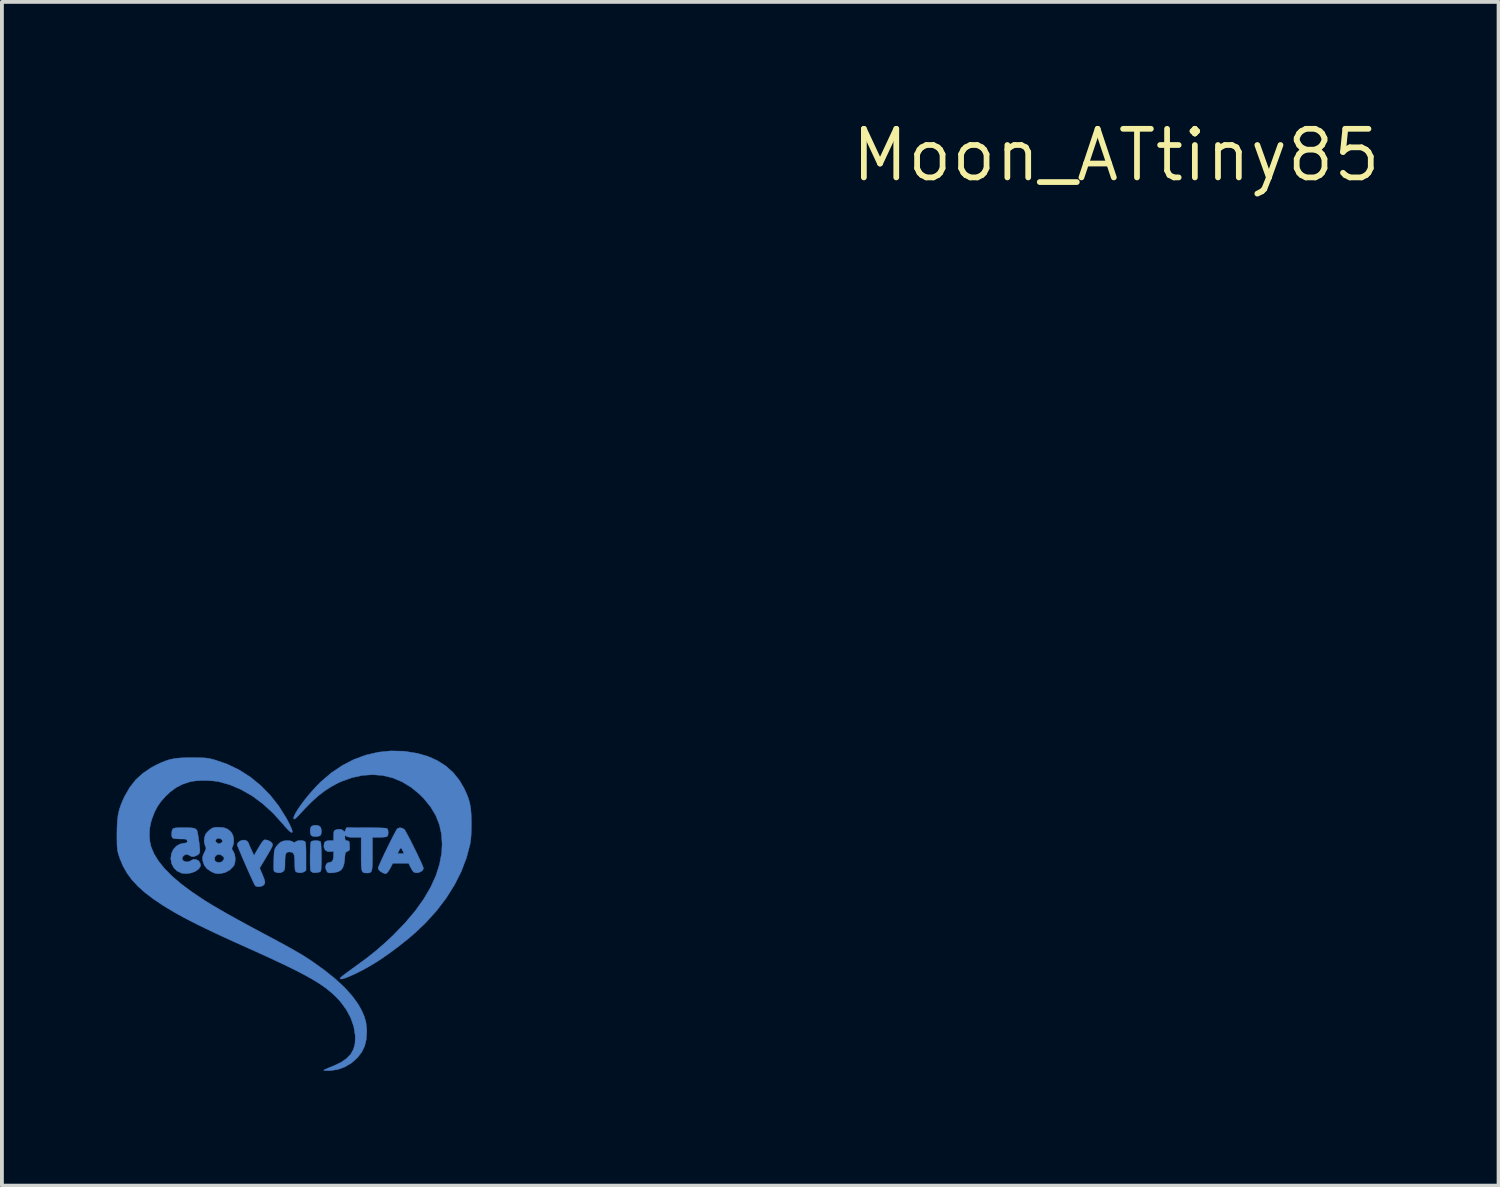
<source format=kicad_pcb>
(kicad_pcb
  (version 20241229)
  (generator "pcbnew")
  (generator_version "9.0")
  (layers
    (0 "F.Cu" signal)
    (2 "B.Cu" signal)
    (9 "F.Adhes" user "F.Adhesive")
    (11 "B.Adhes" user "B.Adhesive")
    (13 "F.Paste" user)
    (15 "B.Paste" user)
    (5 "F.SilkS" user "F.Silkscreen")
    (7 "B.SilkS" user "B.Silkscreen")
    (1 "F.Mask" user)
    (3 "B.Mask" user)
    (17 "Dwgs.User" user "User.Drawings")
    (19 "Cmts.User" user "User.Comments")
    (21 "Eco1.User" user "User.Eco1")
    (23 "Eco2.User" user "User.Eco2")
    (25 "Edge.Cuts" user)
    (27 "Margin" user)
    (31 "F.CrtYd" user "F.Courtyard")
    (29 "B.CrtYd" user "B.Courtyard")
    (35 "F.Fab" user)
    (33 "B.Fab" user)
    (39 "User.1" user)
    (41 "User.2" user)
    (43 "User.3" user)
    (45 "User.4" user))
  (footprint "Moon_ATtiny85"
    (layer "F.Cu")
    (at 26.113 1.006)
    (property "Reference" "Moon_ATtiny85" (at 0 0 0) (layer "F.SilkS") (effects (font (size 1.27 1.27) (thickness 0.15))))
    (attr through_hole)
    (fp_poly (pts (xy -20.834 17.517) (xy -20.787 17.556) (xy -20.766 17.626) (xy -20.765 17.661) (xy -20.772 17.735) (xy -20.798 17.778) (xy -20.852 17.798) (xy -20.916 17.801) (xy -20.984 17.797) (xy -21.023 17.78) (xy -21.039 17.76) (xy -21.057 17.698) (xy -21.059 17.626) (xy -21.044 17.563) (xy -21.028 17.538) (xy -20.984 17.515) (xy -20.921 17.505) (xy -20.913 17.505) (xy -20.834 17.517)) (stroke (width 0.01) (type solid)) (fill yes) (layer "B.Cu"))
    (fp_poly (pts (xy -20.848 17.912) (xy -20.801 17.925) (xy -20.79 17.932) (xy -20.781 17.961) (xy -20.775 18.024) (xy -20.769 18.112) (xy -20.766 18.216) (xy -20.764 18.328) (xy -20.764 18.44) (xy -20.767 18.543) (xy -20.771 18.628) (xy -20.777 18.686) (xy -20.783 18.708) (xy -20.815 18.728) (xy -20.872 18.742) (xy -20.936 18.748) (xy -20.989 18.742) (xy -20.997 18.739) (xy -21.035 18.714) (xy -21.045 18.703) (xy -21.052 18.671) (xy -21.057 18.606) (xy -21.06 18.517) (xy -21.061 18.412) (xy -21.061 18.3) (xy -21.058 18.189) (xy -21.054 18.088) (xy -21.049 18.006) (xy -21.042 17.951) (xy -21.035 17.932) (xy -21 17.917) (xy -20.941 17.908) (xy -20.913 17.907) (xy -20.848 17.912)) (stroke (width 0.01) (type solid)) (fill yes) (layer "B.Cu"))
    (fp_poly (pts (xy -22.165 17.898) (xy -22.1 17.93) (xy -22.055 17.972) (xy -22.045 17.991) (xy -22.041 18.009) (xy -22.041 18.029) (xy -22.049 18.056) (xy -22.067 18.095) (xy -22.098 18.152) (xy -22.144 18.232) (xy -22.209 18.342) (xy -22.23 18.378) (xy -22.378 18.626) (xy -22.301 18.806) (xy -22.261 18.907) (xy -22.242 18.979) (xy -22.245 19.029) (xy -22.27 19.066) (xy -22.309 19.092) (xy -22.366 19.11) (xy -22.429 19.112) (xy -22.48 19.098) (xy -22.495 19.087) (xy -22.511 19.057) (xy -22.542 18.996) (xy -22.582 18.908) (xy -22.631 18.802) (xy -22.684 18.683) (xy -22.74 18.557) (xy -22.795 18.431) (xy -22.847 18.311) (xy -22.892 18.203) (xy -22.929 18.114) (xy -22.955 18.049) (xy -22.966 18.016) (xy -22.966 18.014) (xy -22.947 17.963) (xy -22.899 17.922) (xy -22.836 17.897) (xy -22.771 17.893) (xy -22.716 17.914) (xy -22.711 17.918) (xy -22.68 17.951) (xy -22.669 17.971) (xy -22.661 17.996) (xy -22.639 18.049) (xy -22.607 18.12) (xy -22.598 18.14) (xy -22.527 18.295) (xy -22.406 18.09) (xy -22.351 17.999) (xy -22.31 17.939) (xy -22.279 17.904) (xy -22.253 17.888) (xy -22.233 17.886) (xy -22.165 17.898)) (stroke (width 0.01) (type solid)) (fill yes) (layer "B.Cu"))
    (fp_poly (pts (xy -18.646 17.584) (xy -18.598 17.616) (xy -18.576 17.646) (xy -18.541 17.708) (xy -18.494 17.795) (xy -18.439 17.9) (xy -18.38 18.017) (xy -18.319 18.141) (xy -18.259 18.263) (xy -18.205 18.378) (xy -18.158 18.48) (xy -18.123 18.561) (xy -18.102 18.616) (xy -18.098 18.634) (xy -18.116 18.678) (xy -18.164 18.717) (xy -18.227 18.744) (xy -18.287 18.749) (xy -18.33 18.742) (xy -18.362 18.723) (xy -18.392 18.683) (xy -18.426 18.621) (xy -18.489 18.5) (xy -18.695 18.5) (xy -18.901 18.5) (xy -18.964 18.624) (xy -19.01 18.703) (xy -19.054 18.755) (xy -19.091 18.775) (xy -19.099 18.773) (xy -19.119 18.766) (xy -19.155 18.751) (xy -19.226 18.712) (xy -19.271 18.663) (xy -19.283 18.625) (xy -19.274 18.594) (xy -19.248 18.532) (xy -19.21 18.444) (xy -19.161 18.339) (xy -19.117 18.246) (xy -18.774 18.246) (xy -18.606 18.246) (xy -18.642 18.172) (xy -18.667 18.124) (xy -18.687 18.099) (xy -18.69 18.098) (xy -18.707 18.115) (xy -18.732 18.157) (xy -18.739 18.172) (xy -18.774 18.246) (xy -19.117 18.246) (xy -19.105 18.221) (xy -19.045 18.098) (xy -18.985 17.975) (xy -18.927 17.859) (xy -18.874 17.757) (xy -18.83 17.675) (xy -18.798 17.618) (xy -18.781 17.595) (xy -18.716 17.57) (xy -18.646 17.584)) (stroke (width 0.01) (type solid)) (fill yes) (layer "B.Cu"))
    (fp_poly (pts (xy -21.256 17.908) (xy -21.203 17.925) (xy -21.197 17.929) (xy -21.185 17.947) (xy -21.177 17.983) (xy -21.172 18.041) (xy -21.168 18.128) (xy -21.167 18.249) (xy -21.167 18.322) (xy -21.167 18.689) (xy -21.22 18.724) (xy -21.277 18.745) (xy -21.344 18.748) (xy -21.406 18.734) (xy -21.445 18.707) (xy -21.453 18.675) (xy -21.459 18.611) (xy -21.462 18.527) (xy -21.463 18.476) (xy -21.466 18.363) (xy -21.478 18.285) (xy -21.502 18.236) (xy -21.54 18.211) (xy -21.597 18.203) (xy -21.607 18.203) (xy -21.653 18.21) (xy -21.684 18.233) (xy -21.704 18.279) (xy -21.714 18.355) (xy -21.717 18.465) (xy -21.717 18.477) (xy -21.718 18.572) (xy -21.723 18.635) (xy -21.734 18.676) (xy -21.753 18.704) (xy -21.759 18.711) (xy -21.822 18.746) (xy -21.903 18.749) (xy -21.967 18.731) (xy -21.987 18.722) (xy -22.001 18.708) (xy -22.009 18.682) (xy -22.012 18.637) (xy -22.013 18.565) (xy -22.01 18.461) (xy -22.01 18.429) (xy -22.006 18.313) (xy -22.002 18.231) (xy -21.995 18.174) (xy -21.984 18.132) (xy -21.967 18.097) (xy -21.945 18.063) (xy -21.895 18.004) (xy -21.841 17.954) (xy -21.824 17.943) (xy -21.749 17.915) (xy -21.659 17.905) (xy -21.574 17.913) (xy -21.519 17.935) (xy -21.48 17.956) (xy -21.454 17.95) (xy -21.436 17.935) (xy -21.391 17.913) (xy -21.325 17.904) (xy -21.256 17.908)) (stroke (width 0.01) (type solid)) (fill yes) (layer "B.Cu"))
    (fp_poly (pts (xy -24.234 17.57) (xy -24.143 17.576) (xy -24.082 17.588) (xy -24.043 17.607) (xy -24.02 17.635) (xy -24.014 17.647) (xy -24.003 17.689) (xy -23.99 17.762) (xy -23.975 17.853) (xy -23.961 17.952) (xy -23.95 18.047) (xy -23.942 18.126) (xy -23.94 18.167) (xy -23.946 18.225) (xy -23.972 18.263) (xy -24.008 18.288) (xy -24.091 18.325) (xy -24.16 18.323) (xy -24.205 18.299) (xy -24.256 18.274) (xy -24.291 18.268) (xy -24.342 18.284) (xy -24.386 18.325) (xy -24.405 18.375) (xy -24.405 18.377) (xy -24.387 18.422) (xy -24.341 18.452) (xy -24.281 18.464) (xy -24.219 18.454) (xy -24.176 18.429) (xy -24.112 18.397) (xy -24.041 18.399) (xy -23.977 18.433) (xy -23.962 18.45) (xy -23.924 18.52) (xy -23.928 18.585) (xy -23.973 18.65) (xy -23.979 18.656) (xy -24.068 18.716) (xy -24.181 18.755) (xy -24.302 18.771) (xy -24.416 18.758) (xy -24.428 18.755) (xy -24.539 18.7) (xy -24.624 18.615) (xy -24.68 18.507) (xy -24.701 18.38) (xy -24.701 18.371) (xy -24.683 18.243) (xy -24.632 18.134) (xy -24.553 18.049) (xy -24.451 17.994) (xy -24.367 17.976) (xy -24.306 17.968) (xy -24.277 17.956) (xy -24.271 17.934) (xy -24.273 17.915) (xy -24.281 17.89) (xy -24.296 17.875) (xy -24.33 17.868) (xy -24.39 17.865) (xy -24.456 17.865) (xy -24.553 17.861) (xy -24.622 17.852) (xy -24.655 17.839) (xy -24.674 17.796) (xy -24.68 17.732) (xy -24.673 17.664) (xy -24.655 17.612) (xy -24.647 17.602) (xy -24.624 17.587) (xy -24.584 17.577) (xy -24.52 17.571) (xy -24.425 17.569) (xy -24.36 17.568) (xy -24.234 17.57)) (stroke (width 0.01) (type solid)) (fill yes) (layer "B.Cu"))
    (fp_poly (pts (xy -23.318 17.568) (xy -23.221 17.604) (xy -23.141 17.668) (xy -23.105 17.712) (xy -23.071 17.785) (xy -23.055 17.879) (xy -23.058 17.975) (xy -23.081 18.052) (xy -23.102 18.099) (xy -23.102 18.132) (xy -23.078 18.173) (xy -23.067 18.188) (xy -23.032 18.266) (xy -23.017 18.364) (xy -23.021 18.463) (xy -23.046 18.549) (xy -23.063 18.577) (xy -23.162 18.677) (xy -23.283 18.742) (xy -23.402 18.768) (xy -23.481 18.771) (xy -23.544 18.761) (xy -23.611 18.734) (xy -23.643 18.718) (xy -23.753 18.645) (xy -23.825 18.553) (xy -23.864 18.44) (xy -23.867 18.423) (xy -23.87 18.381) (xy -23.558 18.381) (xy -23.543 18.44) (xy -23.494 18.472) (xy -23.439 18.479) (xy -23.371 18.463) (xy -23.337 18.431) (xy -23.31 18.385) (xy -23.312 18.351) (xy -23.344 18.312) (xy -23.347 18.309) (xy -23.405 18.274) (xy -23.467 18.271) (xy -23.52 18.296) (xy -23.553 18.345) (xy -23.558 18.381) (xy -23.87 18.381) (xy -23.872 18.358) (xy -23.86 18.299) (xy -23.829 18.229) (xy -23.825 18.22) (xy -23.794 18.158) (xy -23.781 18.117) (xy -23.785 18.082) (xy -23.803 18.039) (xy -23.804 18.038) (xy -23.827 17.948) (xy -23.826 17.9) (xy -23.534 17.9) (xy -23.525 17.934) (xy -23.504 17.958) (xy -23.457 17.988) (xy -23.408 17.98) (xy -23.377 17.961) (xy -23.35 17.931) (xy -23.357 17.897) (xy -23.36 17.892) (xy -23.403 17.856) (xy -23.46 17.847) (xy -23.507 17.866) (xy -23.534 17.9) (xy -23.826 17.9) (xy -23.825 17.846) (xy -23.798 17.754) (xy -23.784 17.729) (xy -23.745 17.683) (xy -23.691 17.632) (xy -23.672 17.617) (xy -23.624 17.585) (xy -23.578 17.567) (xy -23.518 17.559) (xy -23.442 17.558) (xy -23.318 17.568)) (stroke (width 0.01) (type solid)) (fill yes) (layer "B.Cu"))
    (fp_poly (pts (xy -18.622 15.571) (xy -18.567 15.577) (xy -18.261 15.626) (xy -17.983 15.706) (xy -17.733 15.818) (xy -17.512 15.959) (xy -17.321 16.131) (xy -17.159 16.332) (xy -17.038 16.539) (xy -16.973 16.679) (xy -16.924 16.805) (xy -16.889 16.928) (xy -16.866 17.056) (xy -16.853 17.202) (xy -16.847 17.375) (xy -16.846 17.462) (xy -16.848 17.645) (xy -16.855 17.793) (xy -16.866 17.913) (xy -16.881 18.002) (xy -16.977 18.363) (xy -17.113 18.72) (xy -17.29 19.069) (xy -17.505 19.411) (xy -17.757 19.741) (xy -18.045 20.059) (xy -18.321 20.321) (xy -18.512 20.484) (xy -18.724 20.653) (xy -18.942 20.817) (xy -19.156 20.968) (xy -19.339 21.088) (xy -19.48 21.173) (xy -19.623 21.254) (xy -19.763 21.328) (xy -19.895 21.393) (xy -20.014 21.447) (xy -20.117 21.489) (xy -20.198 21.515) (xy -20.253 21.525) (xy -20.277 21.515) (xy -20.278 21.511) (xy -20.271 21.497) (xy -20.25 21.475) (xy -20.211 21.441) (xy -20.15 21.394) (xy -20.064 21.33) (xy -19.949 21.246) (xy -19.823 21.155) (xy -19.571 20.969) (xy -19.346 20.79) (xy -19.135 20.608) (xy -18.924 20.413) (xy -18.883 20.373) (xy -18.579 20.058) (xy -18.315 19.746) (xy -18.094 19.437) (xy -17.914 19.131) (xy -17.775 18.828) (xy -17.679 18.529) (xy -17.624 18.233) (xy -17.611 17.998) (xy -17.629 17.733) (xy -17.685 17.484) (xy -17.778 17.25) (xy -17.911 17.028) (xy -18.083 16.815) (xy -18.199 16.698) (xy -18.419 16.516) (xy -18.654 16.373) (xy -18.9 16.27) (xy -19.156 16.207) (xy -19.421 16.185) (xy -19.691 16.203) (xy -19.965 16.262) (xy -20.242 16.362) (xy -20.332 16.403) (xy -20.509 16.498) (xy -20.678 16.607) (xy -20.845 16.736) (xy -21.017 16.89) (xy -21.198 17.073) (xy -21.33 17.216) (xy -21.389 17.278) (xy -21.439 17.323) (xy -21.473 17.346) (xy -21.482 17.347) (xy -21.492 17.318) (xy -21.476 17.262) (xy -21.437 17.184) (xy -21.378 17.089) (xy -21.304 16.98) (xy -21.216 16.861) (xy -21.118 16.739) (xy -21.013 16.616) (xy -20.905 16.497) (xy -20.796 16.386) (xy -20.772 16.363) (xy -20.5 16.132) (xy -20.213 15.94) (xy -19.914 15.786) (xy -19.603 15.672) (xy -19.282 15.597) (xy -18.955 15.564) (xy -18.622 15.571)) (stroke (width 0.01) (type solid)) (fill yes) (layer "B.Cu"))
    (fp_poly (pts (xy -19.596 17.569) (xy -19.451 17.57) (xy -19.32 17.572) (xy -19.208 17.575) (xy -19.121 17.58) (xy -19.066 17.585) (xy -19.05 17.589) (xy -19.028 17.625) (xy -19.019 17.692) (xy -19.019 17.695) (xy -19.027 17.763) (xy -19.049 17.801) (xy -19.05 17.802) (xy -19.085 17.811) (xy -19.15 17.818) (xy -19.233 17.822) (xy -19.256 17.822) (xy -19.431 17.822) (xy -19.431 18.255) (xy -19.431 18.412) (xy -19.434 18.533) (xy -19.439 18.621) (xy -19.449 18.682) (xy -19.466 18.721) (xy -19.49 18.742) (xy -19.524 18.751) (xy -19.568 18.754) (xy -19.579 18.754) (xy -19.626 18.752) (xy -19.662 18.745) (xy -19.688 18.726) (xy -19.706 18.692) (xy -19.718 18.636) (xy -19.724 18.554) (xy -19.727 18.44) (xy -19.727 18.291) (xy -19.727 18.255) (xy -19.727 17.822) (xy -19.906 17.822) (xy -20.004 17.82) (xy -20.069 17.812) (xy -20.107 17.797) (xy -20.117 17.789) (xy -20.139 17.771) (xy -20.149 17.783) (xy -20.151 17.83) (xy -20.151 17.83) (xy -20.146 17.881) (xy -20.127 17.904) (xy -20.092 17.911) (xy -20.06 17.918) (xy -20.041 17.935) (xy -20.033 17.974) (xy -20.028 18.041) (xy -20.026 18.11) (xy -20.031 18.15) (xy -20.048 18.171) (xy -20.082 18.187) (xy -20.083 18.187) (xy -20.113 18.201) (xy -20.132 18.219) (xy -20.144 18.253) (xy -20.151 18.311) (xy -20.157 18.389) (xy -20.174 18.52) (xy -20.206 18.616) (xy -20.257 18.682) (xy -20.333 18.723) (xy -20.438 18.745) (xy -20.464 18.748) (xy -20.536 18.752) (xy -20.579 18.748) (xy -20.606 18.732) (xy -20.624 18.709) (xy -20.653 18.643) (xy -20.656 18.576) (xy -20.636 18.52) (xy -20.595 18.485) (xy -20.564 18.479) (xy -20.503 18.464) (xy -20.465 18.418) (xy -20.448 18.338) (xy -20.447 18.299) (xy -20.447 18.186) (xy -20.529 18.197) (xy -20.61 18.191) (xy -20.669 18.152) (xy -20.698 18.086) (xy -20.701 18.054) (xy -20.693 17.976) (xy -20.662 17.93) (xy -20.604 17.91) (xy -20.552 17.907) (xy -20.447 17.907) (xy -20.447 17.781) (xy -20.444 17.706) (xy -20.435 17.662) (xy -20.414 17.638) (xy -20.406 17.633) (xy -20.341 17.613) (xy -20.272 17.612) (xy -20.214 17.63) (xy -20.189 17.652) (xy -20.17 17.677) (xy -20.156 17.671) (xy -20.137 17.631) (xy -20.11 17.568) (xy -19.596 17.569)) (stroke (width 0.01) (type solid)) (fill yes) (layer "B.Cu"))
    (fp_poly (pts (xy -24.008 15.741) (xy -23.898 15.743) (xy -23.811 15.747) (xy -23.739 15.755) (xy -23.673 15.767) (xy -23.602 15.784) (xy -23.554 15.797) (xy -23.229 15.908) (xy -22.919 16.057) (xy -22.627 16.243) (xy -22.356 16.463) (xy -22.107 16.716) (xy -21.883 16.999) (xy -21.687 17.311) (xy -21.62 17.436) (xy -21.564 17.553) (xy -21.532 17.636) (xy -21.525 17.684) (xy -21.54 17.698) (xy -21.579 17.677) (xy -21.64 17.622) (xy -21.723 17.532) (xy -21.78 17.464) (xy -22.034 17.184) (xy -22.301 16.941) (xy -22.578 16.737) (xy -22.865 16.573) (xy -23.16 16.448) (xy -23.44 16.37) (xy -23.571 16.35) (xy -23.721 16.339) (xy -23.878 16.337) (xy -24.027 16.344) (xy -24.154 16.361) (xy -24.194 16.369) (xy -24.387 16.432) (xy -24.557 16.519) (xy -24.717 16.636) (xy -24.828 16.741) (xy -24.951 16.877) (xy -25.048 17.014) (xy -25.126 17.165) (xy -25.194 17.343) (xy -25.212 17.399) (xy -25.249 17.573) (xy -25.26 17.757) (xy -25.246 17.937) (xy -25.215 18.072) (xy -25.136 18.257) (xy -25.019 18.445) (xy -24.865 18.637) (xy -24.671 18.833) (xy -24.438 19.033) (xy -24.164 19.238) (xy -23.849 19.45) (xy -23.789 19.488) (xy -23.624 19.589) (xy -23.432 19.702) (xy -23.211 19.829) (xy -22.957 19.97) (xy -22.67 20.127) (xy -22.347 20.3) (xy -22.31 20.32) (xy -22.077 20.444) (xy -21.878 20.551) (xy -21.707 20.644) (xy -21.561 20.725) (xy -21.436 20.796) (xy -21.326 20.86) (xy -21.228 20.919) (xy -21.137 20.977) (xy -21.049 21.035) (xy -20.987 21.077) (xy -20.67 21.305) (xy -20.395 21.527) (xy -20.16 21.745) (xy -19.967 21.959) (xy -19.812 22.17) (xy -19.715 22.341) (xy -19.644 22.504) (xy -19.601 22.656) (xy -19.582 22.816) (xy -19.58 22.902) (xy -19.593 23.102) (xy -19.635 23.275) (xy -19.708 23.428) (xy -19.815 23.569) (xy -19.827 23.582) (xy -19.98 23.718) (xy -20.152 23.821) (xy -20.337 23.888) (xy -20.528 23.916) (xy -20.57 23.917) (xy -20.65 23.916) (xy -20.694 23.913) (xy -20.706 23.907) (xy -20.691 23.896) (xy -20.669 23.886) (xy -20.619 23.864) (xy -20.545 23.832) (xy -20.459 23.797) (xy -20.44 23.79) (xy -20.254 23.701) (xy -20.108 23.601) (xy -19.999 23.487) (xy -19.926 23.356) (xy -19.887 23.205) (xy -19.88 23.032) (xy -19.882 22.998) (xy -19.92 22.767) (xy -19.999 22.54) (xy -20.116 22.321) (xy -20.27 22.113) (xy -20.374 22.001) (xy -20.463 21.916) (xy -20.558 21.834) (xy -20.661 21.753) (xy -20.776 21.672) (xy -20.906 21.588) (xy -21.053 21.502) (xy -21.22 21.41) (xy -21.41 21.311) (xy -21.626 21.204) (xy -21.871 21.087) (xy -22.147 20.958) (xy -22.458 20.816) (xy -22.692 20.711) (xy -23.017 20.565) (xy -23.306 20.433) (xy -23.564 20.313) (xy -23.794 20.203) (xy -24.001 20.102) (xy -24.187 20.008) (xy -24.357 19.919) (xy -24.515 19.832) (xy -24.596 19.787) (xy -24.893 19.609) (xy -25.15 19.437) (xy -25.372 19.268) (xy -25.56 19.1) (xy -25.718 18.929) (xy -25.847 18.753) (xy -25.95 18.57) (xy -26.031 18.376) (xy -26.041 18.347) (xy -26.064 18.277) (xy -26.081 18.218) (xy -26.093 18.162) (xy -26.1 18.1) (xy -26.105 18.025) (xy -26.107 17.926) (xy -26.108 17.797) (xy -26.108 17.748) (xy -26.105 17.55) (xy -26.096 17.384) (xy -26.078 17.24) (xy -26.049 17.108) (xy -26.007 16.979) (xy -25.95 16.842) (xy -25.908 16.753) (xy -25.775 16.521) (xy -25.617 16.319) (xy -25.429 16.147) (xy -25.209 15.999) (xy -25.093 15.937) (xy -24.955 15.871) (xy -24.832 15.822) (xy -24.716 15.786) (xy -24.595 15.762) (xy -24.461 15.748) (xy -24.302 15.741) (xy -24.151 15.74) (xy -24.008 15.741)) (stroke (width 0.01) (type solid)) (fill yes) (layer "B.Cu"))
    (fp_poly (pts (xy -20.834 17.517) (xy -20.787 17.556) (xy -20.766 17.626) (xy -20.765 17.661) (xy -20.772 17.735) (xy -20.798 17.778) (xy -20.852 17.798) (xy -20.916 17.801) (xy -20.984 17.797) (xy -21.023 17.78) (xy -21.039 17.76) (xy -21.057 17.698) (xy -21.059 17.626) (xy -21.044 17.563) (xy -21.028 17.538) (xy -20.984 17.515) (xy -20.921 17.505) (xy -20.913 17.505) (xy -20.834 17.517)) (stroke (width 0.01) (type solid)) (fill yes) (layer "B.Mask"))
    (fp_poly (pts (xy -20.848 17.912) (xy -20.801 17.925) (xy -20.79 17.932) (xy -20.781 17.961) (xy -20.775 18.024) (xy -20.769 18.112) (xy -20.766 18.216) (xy -20.764 18.328) (xy -20.764 18.44) (xy -20.767 18.543) (xy -20.771 18.628) (xy -20.777 18.686) (xy -20.783 18.708) (xy -20.815 18.728) (xy -20.872 18.742) (xy -20.936 18.748) (xy -20.989 18.742) (xy -20.997 18.739) (xy -21.035 18.714) (xy -21.045 18.703) (xy -21.052 18.671) (xy -21.057 18.606) (xy -21.06 18.517) (xy -21.061 18.412) (xy -21.061 18.3) (xy -21.058 18.189) (xy -21.054 18.088) (xy -21.049 18.006) (xy -21.042 17.951) (xy -21.035 17.932) (xy -21 17.917) (xy -20.941 17.908) (xy -20.913 17.907) (xy -20.848 17.912)) (stroke (width 0.01) (type solid)) (fill yes) (layer "B.Mask"))
    (fp_poly (pts (xy -22.165 17.898) (xy -22.1 17.93) (xy -22.055 17.972) (xy -22.045 17.991) (xy -22.041 18.009) (xy -22.041 18.029) (xy -22.049 18.056) (xy -22.067 18.095) (xy -22.098 18.152) (xy -22.144 18.232) (xy -22.209 18.342) (xy -22.23 18.378) (xy -22.378 18.626) (xy -22.301 18.806) (xy -22.261 18.907) (xy -22.242 18.979) (xy -22.245 19.029) (xy -22.27 19.066) (xy -22.309 19.092) (xy -22.366 19.11) (xy -22.429 19.112) (xy -22.48 19.098) (xy -22.495 19.087) (xy -22.511 19.057) (xy -22.542 18.996) (xy -22.582 18.908) (xy -22.631 18.802) (xy -22.684 18.683) (xy -22.74 18.557) (xy -22.795 18.431) (xy -22.847 18.311) (xy -22.892 18.203) (xy -22.929 18.114) (xy -22.955 18.049) (xy -22.966 18.016) (xy -22.966 18.014) (xy -22.947 17.963) (xy -22.899 17.922) (xy -22.836 17.897) (xy -22.771 17.893) (xy -22.716 17.914) (xy -22.711 17.918) (xy -22.68 17.951) (xy -22.669 17.971) (xy -22.661 17.996) (xy -22.639 18.049) (xy -22.607 18.12) (xy -22.598 18.14) (xy -22.527 18.295) (xy -22.406 18.09) (xy -22.351 17.999) (xy -22.31 17.939) (xy -22.279 17.904) (xy -22.253 17.888) (xy -22.233 17.886) (xy -22.165 17.898)) (stroke (width 0.01) (type solid)) (fill yes) (layer "B.Mask"))
    (fp_poly (pts (xy -18.646 17.584) (xy -18.598 17.616) (xy -18.576 17.646) (xy -18.541 17.708) (xy -18.494 17.795) (xy -18.439 17.9) (xy -18.38 18.017) (xy -18.319 18.141) (xy -18.259 18.263) (xy -18.205 18.378) (xy -18.158 18.48) (xy -18.123 18.561) (xy -18.102 18.616) (xy -18.098 18.634) (xy -18.116 18.678) (xy -18.164 18.717) (xy -18.227 18.744) (xy -18.287 18.749) (xy -18.33 18.742) (xy -18.362 18.723) (xy -18.392 18.683) (xy -18.426 18.621) (xy -18.489 18.5) (xy -18.695 18.5) (xy -18.901 18.5) (xy -18.964 18.624) (xy -19.01 18.703) (xy -19.054 18.755) (xy -19.091 18.775) (xy -19.099 18.773) (xy -19.119 18.766) (xy -19.155 18.751) (xy -19.226 18.712) (xy -19.271 18.663) (xy -19.283 18.625) (xy -19.274 18.594) (xy -19.248 18.532) (xy -19.21 18.444) (xy -19.161 18.339) (xy -19.117 18.246) (xy -18.774 18.246) (xy -18.606 18.246) (xy -18.642 18.172) (xy -18.667 18.124) (xy -18.687 18.099) (xy -18.69 18.098) (xy -18.707 18.115) (xy -18.732 18.157) (xy -18.739 18.172) (xy -18.774 18.246) (xy -19.117 18.246) (xy -19.105 18.221) (xy -19.045 18.098) (xy -18.985 17.975) (xy -18.927 17.859) (xy -18.874 17.757) (xy -18.83 17.675) (xy -18.798 17.618) (xy -18.781 17.595) (xy -18.716 17.57) (xy -18.646 17.584)) (stroke (width 0.01) (type solid)) (fill yes) (layer "B.Mask"))
    (fp_poly (pts (xy -21.256 17.908) (xy -21.203 17.925) (xy -21.197 17.929) (xy -21.185 17.947) (xy -21.177 17.983) (xy -21.172 18.041) (xy -21.168 18.128) (xy -21.167 18.249) (xy -21.167 18.322) (xy -21.167 18.689) (xy -21.22 18.724) (xy -21.277 18.745) (xy -21.344 18.748) (xy -21.406 18.734) (xy -21.445 18.707) (xy -21.453 18.675) (xy -21.459 18.611) (xy -21.462 18.527) (xy -21.463 18.476) (xy -21.466 18.363) (xy -21.478 18.285) (xy -21.502 18.236) (xy -21.54 18.211) (xy -21.597 18.203) (xy -21.607 18.203) (xy -21.653 18.21) (xy -21.684 18.233) (xy -21.704 18.279) (xy -21.714 18.355) (xy -21.717 18.465) (xy -21.717 18.477) (xy -21.718 18.572) (xy -21.723 18.635) (xy -21.734 18.676) (xy -21.753 18.704) (xy -21.759 18.711) (xy -21.822 18.746) (xy -21.903 18.749) (xy -21.967 18.731) (xy -21.987 18.722) (xy -22.001 18.708) (xy -22.009 18.682) (xy -22.012 18.637) (xy -22.013 18.565) (xy -22.01 18.461) (xy -22.01 18.429) (xy -22.006 18.313) (xy -22.002 18.231) (xy -21.995 18.174) (xy -21.984 18.132) (xy -21.967 18.097) (xy -21.945 18.063) (xy -21.895 18.004) (xy -21.841 17.954) (xy -21.824 17.943) (xy -21.749 17.915) (xy -21.659 17.905) (xy -21.574 17.913) (xy -21.519 17.935) (xy -21.48 17.956) (xy -21.454 17.95) (xy -21.436 17.935) (xy -21.391 17.913) (xy -21.325 17.904) (xy -21.256 17.908)) (stroke (width 0.01) (type solid)) (fill yes) (layer "B.Mask"))
    (fp_poly (pts (xy -24.234 17.57) (xy -24.143 17.576) (xy -24.082 17.588) (xy -24.043 17.607) (xy -24.02 17.635) (xy -24.014 17.647) (xy -24.003 17.689) (xy -23.99 17.762) (xy -23.975 17.853) (xy -23.961 17.952) (xy -23.95 18.047) (xy -23.942 18.126) (xy -23.94 18.167) (xy -23.946 18.225) (xy -23.972 18.263) (xy -24.008 18.288) (xy -24.091 18.325) (xy -24.16 18.323) (xy -24.205 18.299) (xy -24.256 18.274) (xy -24.291 18.268) (xy -24.342 18.284) (xy -24.386 18.325) (xy -24.405 18.375) (xy -24.405 18.377) (xy -24.387 18.422) (xy -24.341 18.452) (xy -24.281 18.464) (xy -24.219 18.454) (xy -24.176 18.429) (xy -24.112 18.397) (xy -24.041 18.399) (xy -23.977 18.433) (xy -23.962 18.45) (xy -23.924 18.52) (xy -23.928 18.585) (xy -23.973 18.65) (xy -23.979 18.656) (xy -24.068 18.716) (xy -24.181 18.755) (xy -24.302 18.771) (xy -24.416 18.758) (xy -24.428 18.755) (xy -24.539 18.7) (xy -24.624 18.615) (xy -24.68 18.507) (xy -24.701 18.38) (xy -24.701 18.371) (xy -24.683 18.243) (xy -24.632 18.134) (xy -24.553 18.049) (xy -24.451 17.994) (xy -24.367 17.976) (xy -24.306 17.968) (xy -24.277 17.956) (xy -24.271 17.934) (xy -24.273 17.915) (xy -24.281 17.89) (xy -24.296 17.875) (xy -24.33 17.868) (xy -24.39 17.865) (xy -24.456 17.865) (xy -24.553 17.861) (xy -24.622 17.852) (xy -24.655 17.839) (xy -24.674 17.796) (xy -24.68 17.732) (xy -24.673 17.664) (xy -24.655 17.612) (xy -24.647 17.602) (xy -24.624 17.587) (xy -24.584 17.577) (xy -24.52 17.571) (xy -24.425 17.569) (xy -24.36 17.568) (xy -24.234 17.57)) (stroke (width 0.01) (type solid)) (fill yes) (layer "B.Mask"))
    (fp_poly (pts (xy -23.318 17.568) (xy -23.221 17.604) (xy -23.141 17.668) (xy -23.105 17.712) (xy -23.071 17.785) (xy -23.055 17.879) (xy -23.058 17.975) (xy -23.081 18.052) (xy -23.102 18.099) (xy -23.102 18.132) (xy -23.078 18.173) (xy -23.067 18.188) (xy -23.032 18.266) (xy -23.017 18.364) (xy -23.021 18.463) (xy -23.046 18.549) (xy -23.063 18.577) (xy -23.162 18.677) (xy -23.283 18.742) (xy -23.402 18.768) (xy -23.481 18.771) (xy -23.544 18.761) (xy -23.611 18.734) (xy -23.643 18.718) (xy -23.753 18.645) (xy -23.825 18.553) (xy -23.864 18.44) (xy -23.867 18.423) (xy -23.87 18.381) (xy -23.558 18.381) (xy -23.543 18.44) (xy -23.494 18.472) (xy -23.439 18.479) (xy -23.371 18.463) (xy -23.337 18.431) (xy -23.31 18.385) (xy -23.312 18.351) (xy -23.344 18.312) (xy -23.347 18.309) (xy -23.405 18.274) (xy -23.467 18.271) (xy -23.52 18.296) (xy -23.553 18.345) (xy -23.558 18.381) (xy -23.87 18.381) (xy -23.872 18.358) (xy -23.86 18.299) (xy -23.829 18.229) (xy -23.825 18.22) (xy -23.794 18.158) (xy -23.781 18.117) (xy -23.785 18.082) (xy -23.803 18.039) (xy -23.804 18.038) (xy -23.827 17.948) (xy -23.826 17.9) (xy -23.534 17.9) (xy -23.525 17.934) (xy -23.504 17.958) (xy -23.457 17.988) (xy -23.408 17.98) (xy -23.377 17.961) (xy -23.35 17.931) (xy -23.357 17.897) (xy -23.36 17.892) (xy -23.403 17.856) (xy -23.46 17.847) (xy -23.507 17.866) (xy -23.534 17.9) (xy -23.826 17.9) (xy -23.825 17.846) (xy -23.798 17.754) (xy -23.784 17.729) (xy -23.745 17.683) (xy -23.691 17.632) (xy -23.672 17.617) (xy -23.624 17.585) (xy -23.578 17.567) (xy -23.518 17.559) (xy -23.442 17.558) (xy -23.318 17.568)) (stroke (width 0.01) (type solid)) (fill yes) (layer "B.Mask"))
    (fp_poly (pts (xy -18.622 15.571) (xy -18.567 15.577) (xy -18.261 15.626) (xy -17.983 15.706) (xy -17.733 15.818) (xy -17.512 15.959) (xy -17.321 16.131) (xy -17.159 16.332) (xy -17.038 16.539) (xy -16.973 16.679) (xy -16.924 16.805) (xy -16.889 16.928) (xy -16.866 17.056) (xy -16.853 17.202) (xy -16.847 17.375) (xy -16.846 17.462) (xy -16.848 17.645) (xy -16.855 17.793) (xy -16.866 17.913) (xy -16.881 18.002) (xy -16.977 18.363) (xy -17.113 18.72) (xy -17.29 19.069) (xy -17.505 19.411) (xy -17.757 19.741) (xy -18.045 20.059) (xy -18.321 20.321) (xy -18.512 20.484) (xy -18.724 20.653) (xy -18.942 20.817) (xy -19.156 20.968) (xy -19.339 21.088) (xy -19.48 21.173) (xy -19.623 21.254) (xy -19.763 21.328) (xy -19.895 21.393) (xy -20.014 21.447) (xy -20.117 21.489) (xy -20.198 21.515) (xy -20.253 21.525) (xy -20.277 21.515) (xy -20.278 21.511) (xy -20.271 21.497) (xy -20.25 21.475) (xy -20.211 21.441) (xy -20.15 21.394) (xy -20.064 21.33) (xy -19.949 21.246) (xy -19.823 21.155) (xy -19.571 20.969) (xy -19.346 20.79) (xy -19.135 20.608) (xy -18.924 20.413) (xy -18.883 20.373) (xy -18.579 20.058) (xy -18.315 19.746) (xy -18.094 19.437) (xy -17.914 19.131) (xy -17.775 18.828) (xy -17.679 18.529) (xy -17.624 18.233) (xy -17.611 17.998) (xy -17.629 17.733) (xy -17.685 17.484) (xy -17.778 17.25) (xy -17.911 17.028) (xy -18.083 16.815) (xy -18.199 16.698) (xy -18.419 16.516) (xy -18.654 16.373) (xy -18.9 16.27) (xy -19.156 16.207) (xy -19.421 16.185) (xy -19.691 16.203) (xy -19.965 16.262) (xy -20.242 16.362) (xy -20.332 16.403) (xy -20.509 16.498) (xy -20.678 16.607) (xy -20.845 16.736) (xy -21.017 16.89) (xy -21.198 17.073) (xy -21.33 17.216) (xy -21.389 17.278) (xy -21.439 17.323) (xy -21.473 17.346) (xy -21.482 17.347) (xy -21.492 17.318) (xy -21.476 17.262) (xy -21.437 17.184) (xy -21.378 17.089) (xy -21.304 16.98) (xy -21.216 16.861) (xy -21.118 16.739) (xy -21.013 16.616) (xy -20.905 16.497) (xy -20.796 16.386) (xy -20.772 16.363) (xy -20.5 16.132) (xy -20.213 15.94) (xy -19.914 15.786) (xy -19.603 15.672) (xy -19.282 15.597) (xy -18.955 15.564) (xy -18.622 15.571)) (stroke (width 0.01) (type solid)) (fill yes) (layer "B.Mask"))
    (fp_poly (pts (xy -19.596 17.569) (xy -19.451 17.57) (xy -19.32 17.572) (xy -19.208 17.575) (xy -19.121 17.58) (xy -19.066 17.585) (xy -19.05 17.589) (xy -19.028 17.625) (xy -19.019 17.692) (xy -19.019 17.695) (xy -19.027 17.763) (xy -19.049 17.801) (xy -19.05 17.802) (xy -19.085 17.811) (xy -19.15 17.818) (xy -19.233 17.822) (xy -19.256 17.822) (xy -19.431 17.822) (xy -19.431 18.255) (xy -19.431 18.412) (xy -19.434 18.533) (xy -19.439 18.621) (xy -19.449 18.682) (xy -19.466 18.721) (xy -19.49 18.742) (xy -19.524 18.751) (xy -19.568 18.754) (xy -19.579 18.754) (xy -19.626 18.752) (xy -19.662 18.745) (xy -19.688 18.726) (xy -19.706 18.692) (xy -19.718 18.636) (xy -19.724 18.554) (xy -19.727 18.44) (xy -19.727 18.291) (xy -19.727 18.255) (xy -19.727 17.822) (xy -19.906 17.822) (xy -20.004 17.82) (xy -20.069 17.812) (xy -20.107 17.797) (xy -20.117 17.789) (xy -20.139 17.771) (xy -20.149 17.783) (xy -20.151 17.83) (xy -20.151 17.83) (xy -20.146 17.881) (xy -20.127 17.904) (xy -20.092 17.911) (xy -20.06 17.918) (xy -20.041 17.935) (xy -20.033 17.974) (xy -20.028 18.041) (xy -20.026 18.11) (xy -20.031 18.15) (xy -20.048 18.171) (xy -20.082 18.187) (xy -20.083 18.187) (xy -20.113 18.201) (xy -20.132 18.219) (xy -20.144 18.253) (xy -20.151 18.311) (xy -20.157 18.389) (xy -20.174 18.52) (xy -20.206 18.616) (xy -20.257 18.682) (xy -20.333 18.723) (xy -20.438 18.745) (xy -20.464 18.748) (xy -20.536 18.752) (xy -20.579 18.748) (xy -20.606 18.732) (xy -20.624 18.709) (xy -20.653 18.643) (xy -20.656 18.576) (xy -20.636 18.52) (xy -20.595 18.485) (xy -20.564 18.479) (xy -20.503 18.464) (xy -20.465 18.418) (xy -20.448 18.338) (xy -20.447 18.299) (xy -20.447 18.186) (xy -20.529 18.197) (xy -20.61 18.191) (xy -20.669 18.152) (xy -20.698 18.086) (xy -20.701 18.054) (xy -20.693 17.976) (xy -20.662 17.93) (xy -20.604 17.91) (xy -20.552 17.907) (xy -20.447 17.907) (xy -20.447 17.781) (xy -20.444 17.706) (xy -20.435 17.662) (xy -20.414 17.638) (xy -20.406 17.633) (xy -20.341 17.613) (xy -20.272 17.612) (xy -20.214 17.63) (xy -20.189 17.652) (xy -20.17 17.677) (xy -20.156 17.671) (xy -20.137 17.631) (xy -20.11 17.568) (xy -19.596 17.569)) (stroke (width 0.01) (type solid)) (fill yes) (layer "B.Mask"))
    (fp_poly (pts (xy -24.008 15.741) (xy -23.898 15.743) (xy -23.811 15.747) (xy -23.739 15.755) (xy -23.673 15.767) (xy -23.602 15.784) (xy -23.554 15.797) (xy -23.229 15.908) (xy -22.919 16.057) (xy -22.627 16.243) (xy -22.356 16.463) (xy -22.107 16.716) (xy -21.883 16.999) (xy -21.687 17.311) (xy -21.62 17.436) (xy -21.564 17.553) (xy -21.532 17.636) (xy -21.525 17.684) (xy -21.54 17.698) (xy -21.579 17.677) (xy -21.64 17.622) (xy -21.723 17.532) (xy -21.78 17.464) (xy -22.034 17.184) (xy -22.301 16.941) (xy -22.578 16.737) (xy -22.865 16.573) (xy -23.16 16.448) (xy -23.44 16.37) (xy -23.571 16.35) (xy -23.721 16.339) (xy -23.878 16.337) (xy -24.027 16.344) (xy -24.154 16.361) (xy -24.194 16.369) (xy -24.387 16.432) (xy -24.557 16.519) (xy -24.717 16.636) (xy -24.828 16.741) (xy -24.951 16.877) (xy -25.048 17.014) (xy -25.126 17.165) (xy -25.194 17.343) (xy -25.212 17.399) (xy -25.249 17.573) (xy -25.26 17.757) (xy -25.246 17.937) (xy -25.215 18.072) (xy -25.136 18.257) (xy -25.019 18.445) (xy -24.865 18.637) (xy -24.671 18.833) (xy -24.438 19.033) (xy -24.164 19.238) (xy -23.849 19.45) (xy -23.789 19.488) (xy -23.624 19.589) (xy -23.432 19.702) (xy -23.211 19.829) (xy -22.957 19.97) (xy -22.67 20.127) (xy -22.347 20.3) (xy -22.31 20.32) (xy -22.077 20.444) (xy -21.878 20.551) (xy -21.707 20.644) (xy -21.561 20.725) (xy -21.436 20.796) (xy -21.326 20.86) (xy -21.228 20.919) (xy -21.137 20.977) (xy -21.049 21.035) (xy -20.987 21.077) (xy -20.67 21.305) (xy -20.395 21.527) (xy -20.16 21.745) (xy -19.967 21.959) (xy -19.812 22.17) (xy -19.715 22.341) (xy -19.644 22.504) (xy -19.601 22.656) (xy -19.582 22.816) (xy -19.58 22.902) (xy -19.593 23.102) (xy -19.635 23.275) (xy -19.708 23.428) (xy -19.815 23.569) (xy -19.827 23.582) (xy -19.98 23.718) (xy -20.152 23.821) (xy -20.337 23.888) (xy -20.528 23.916) (xy -20.57 23.917) (xy -20.65 23.916) (xy -20.694 23.913) (xy -20.706 23.907) (xy -20.691 23.896) (xy -20.669 23.886) (xy -20.619 23.864) (xy -20.545 23.832) (xy -20.459 23.797) (xy -20.44 23.79) (xy -20.254 23.701) (xy -20.108 23.601) (xy -19.999 23.487) (xy -19.926 23.356) (xy -19.887 23.205) (xy -19.88 23.032) (xy -19.882 22.998) (xy -19.92 22.767) (xy -19.999 22.54) (xy -20.116 22.321) (xy -20.27 22.113) (xy -20.374 22.001) (xy -20.463 21.916) (xy -20.558 21.834) (xy -20.661 21.753) (xy -20.776 21.672) (xy -20.906 21.588) (xy -21.053 21.502) (xy -21.22 21.41) (xy -21.41 21.311) (xy -21.626 21.204) (xy -21.871 21.087) (xy -22.147 20.958) (xy -22.458 20.816) (xy -22.692 20.711) (xy -23.017 20.565) (xy -23.306 20.433) (xy -23.564 20.313) (xy -23.794 20.203) (xy -24.001 20.102) (xy -24.187 20.008) (xy -24.357 19.919) (xy -24.515 19.832) (xy -24.596 19.787) (xy -24.893 19.609) (xy -25.15 19.437) (xy -25.372 19.268) (xy -25.56 19.1) (xy -25.718 18.929) (xy -25.847 18.753) (xy -25.95 18.57) (xy -26.031 18.376) (xy -26.041 18.347) (xy -26.064 18.277) (xy -26.081 18.218) (xy -26.093 18.162) (xy -26.1 18.1) (xy -26.105 18.025) (xy -26.107 17.926) (xy -26.108 17.797) (xy -26.108 17.748) (xy -26.105 17.55) (xy -26.096 17.384) (xy -26.078 17.24) (xy -26.049 17.108) (xy -26.007 16.979) (xy -25.95 16.842) (xy -25.908 16.753) (xy -25.775 16.521) (xy -25.617 16.319) (xy -25.429 16.147) (xy -25.209 15.999) (xy -25.093 15.937) (xy -24.955 15.871) (xy -24.832 15.822) (xy -24.716 15.786) (xy -24.595 15.762) (xy -24.461 15.748) (xy -24.302 15.741) (xy -24.151 15.74) (xy -24.008 15.741)) (stroke (width 0.01) (type solid)) (fill yes) (layer "B.Mask")))
  (gr_rect
    (start -3 -3)
    (end 36.105 27.928)
    (stroke (width 0.1) (type default))
    (fill no)
    (layer "Edge.Cuts")))
</source>
